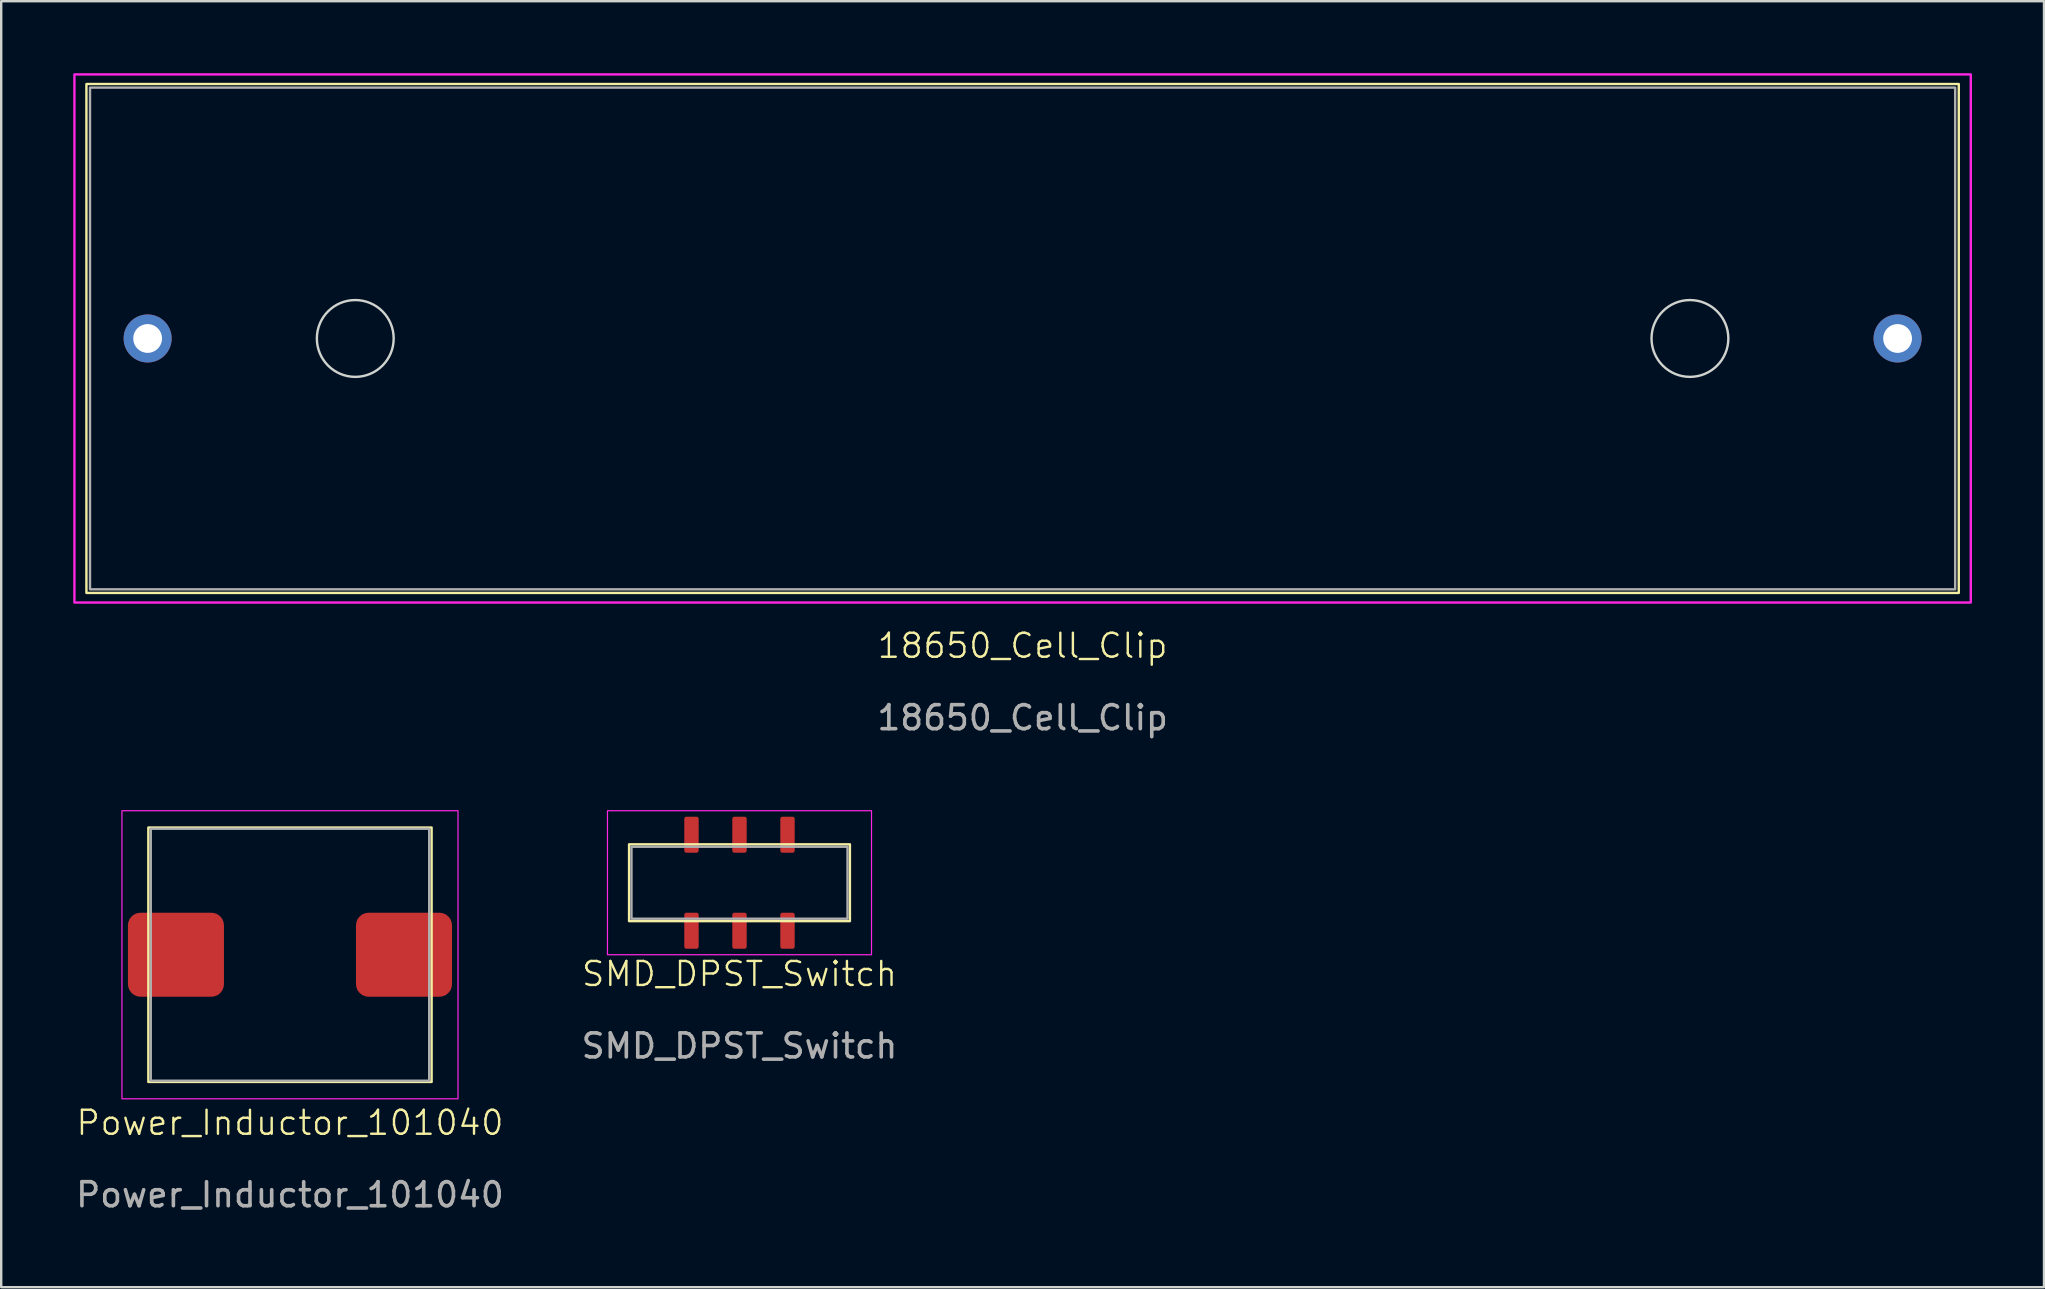
<source format=kicad_pcb>
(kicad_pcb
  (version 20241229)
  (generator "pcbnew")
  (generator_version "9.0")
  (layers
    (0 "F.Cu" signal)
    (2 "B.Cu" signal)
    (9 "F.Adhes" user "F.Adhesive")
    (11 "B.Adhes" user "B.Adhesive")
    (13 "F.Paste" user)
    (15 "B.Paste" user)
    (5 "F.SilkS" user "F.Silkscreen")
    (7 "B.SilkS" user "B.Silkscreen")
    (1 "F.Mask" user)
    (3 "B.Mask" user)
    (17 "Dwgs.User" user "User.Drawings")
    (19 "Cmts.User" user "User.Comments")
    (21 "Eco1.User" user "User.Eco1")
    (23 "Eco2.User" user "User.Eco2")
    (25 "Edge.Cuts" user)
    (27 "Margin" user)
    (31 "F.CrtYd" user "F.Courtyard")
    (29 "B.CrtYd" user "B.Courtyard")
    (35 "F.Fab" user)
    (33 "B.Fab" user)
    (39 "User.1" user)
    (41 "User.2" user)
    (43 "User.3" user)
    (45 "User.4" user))
  (footprint "18650_Cell_Clip"
    (layer "F.Cu")
    (at 39.55 11.05)
    (property "Reference" "18650_Cell_Clip" (at 0 12.8 0) (unlocked yes) (layer "F.SilkS") (effects (font (size 1 1) (thickness 0.1))))
    (attr smd)
    (fp_rect (start -39 -10.6) (end 39 10.6) (stroke (width 0.1) (type solid)) (fill no) (layer "F.SilkS"))
    (fp_circle (center -27.8 0) (end -26.2 0) (stroke (width 0.1) (type solid)) (fill no) (layer "Edge.Cuts"))
    (fp_circle (center 27.8 0) (end 29.4 0) (stroke (width 0.1) (type solid)) (fill no) (layer "Edge.Cuts"))
    (fp_rect (start -39.5 -11) (end 39.5 11) (stroke (width 0.1) (type solid)) (fill no) (layer "F.CrtYd"))
    (fp_rect (start -38.85 -10.45) (end 38.85 10.45) (stroke (width 0.1) (type solid)) (fill no) (layer "F.Fab"))
    (fp_text user "${REFERENCE}" (at 0 15.8 0) (unlocked yes) (layer "F.Fab") (effects (font (size 1 1) (thickness 0.15))))
    (pad "1" thru_hole circle (at 36.45 0) (size 2 2) (drill 1.2) (layers "*.Cu" "*.Mask"))
    (pad "2" thru_hole circle (at -36.45 0) (size 2 2) (drill 1.2) (layers "*.Cu" "*.Mask")))
  (footprint "SMD_DPST_Switch"
    (layer "F.Cu")
    (at 27.756 33.723)
    (property "Reference" "SMD_DPST_Switch" (at 0 3.8 0) (unlocked yes) (layer "F.SilkS") (effects (font (size 1 1) (thickness 0.1))))
    (attr smd)
    (fp_rect (start -4.6 -1.6) (end 4.6 1.6) (stroke (width 0.1) (type default)) (fill no) (layer "F.SilkS"))
    (fp_rect (start -5.5 -3) (end 5.5 3) (stroke (width 0.05) (type solid)) (fill no) (layer "F.CrtYd"))
    (fp_rect (start -4.5 -1.5) (end 4.5 1.5) (stroke (width 0.1) (type solid)) (fill no) (layer "F.Fab"))
    (fp_text user "${REFERENCE}" (at 0 6.8 0) (unlocked yes) (layer "F.Fab") (effects (font (size 1 1) (thickness 0.15))))
    (pad "1" smd roundrect (at -2 2 90) (size 1.5 0.6) (layers "F.Cu" "F.Mask" "F.Paste") (roundrect_rratio 0.15))
    (pad "2" smd roundrect (at 0 2 90) (size 1.5 0.6) (layers "F.Cu" "F.Mask" "F.Paste") (roundrect_rratio 0.15))
    (pad "3" smd roundrect (at 2 2 90) (size 1.5 0.6) (layers "F.Cu" "F.Mask" "F.Paste") (roundrect_rratio 0.15))
    (pad "4" smd roundrect (at -2 -2 90) (size 1.5 0.6) (layers "F.Cu" "F.Mask" "F.Paste") (roundrect_rratio 0.15))
    (pad "5" smd roundrect (at 0 -2 90) (size 1.5 0.6) (layers "F.Cu" "F.Mask" "F.Paste") (roundrect_rratio 0.15))
    (pad "6" smd roundrect (at 2 -2 90) (size 1.5 0.6) (layers "F.Cu" "F.Mask" "F.Paste") (roundrect_rratio 0.15)))
  (footprint "Power_Inductor_101040"
    (layer "F.Cu")
    (at 9.03 36.723)
    (property "Reference" "Power_Inductor_101040" (at 0 7 0) (unlocked yes) (layer "F.SilkS") (effects (font (size 1 1) (thickness 0.1))))
    (attr smd)
    (fp_rect (start -5.9 -5.3) (end 5.9 5.3) (stroke (width 0.1) (type default)) (fill no) (layer "F.SilkS"))
    (fp_rect (start -7 -6) (end 7 6) (stroke (width 0.05) (type solid)) (fill no) (layer "F.CrtYd"))
    (fp_rect (start -5.8 -5.25) (end 5.8 5.25) (stroke (width 0.1) (type solid)) (fill no) (layer "F.Fab"))
    (fp_text user "${REFERENCE}" (at 0 10 0) (unlocked yes) (layer "F.Fab") (effects (font (size 1 1) (thickness 0.15))))
    (pad "1" smd roundrect (at -4.75 0 90) (size 3.5 4) (layers "F.Cu" "F.Mask" "F.Paste") (roundrect_rratio 0.15))
    (pad "2" smd roundrect (at 4.75 0 90) (size 3.5 4) (layers "F.Cu" "F.Mask" "F.Paste") (roundrect_rratio 0.15)))
  (gr_rect
    (start -3 -3)
    (end 82.1 50.572)
    (stroke (width 0.1) (type default))
    (fill no)
    (layer "Edge.Cuts")))
</source>
